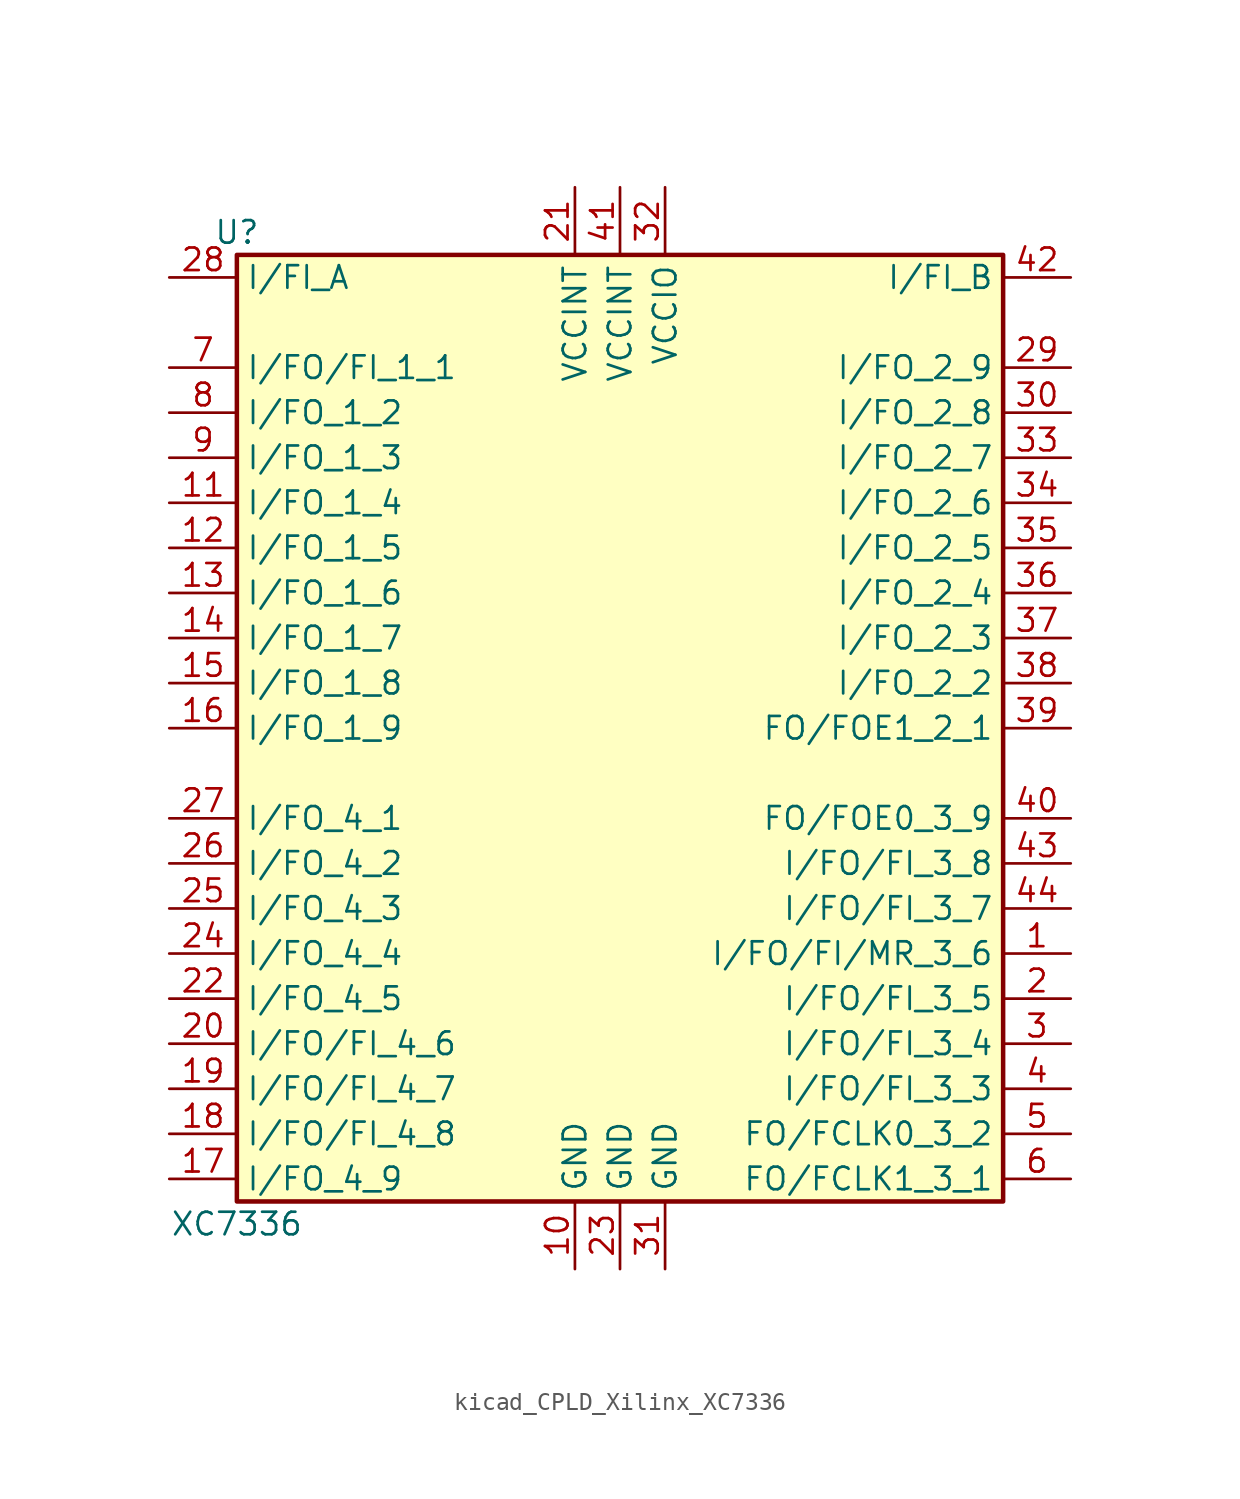
<source format=kicad_sym>
(kicad_symbol_lib
  (version 20220914)
  (generator kicad_symbol_editor)
  (symbol "kicad_CPLD_Xilinx_XC7336"
    (property "Reference" "U"
      (at -21.59 27.94 0)
      (effects (font (size 1.27 1.27))))
    (property "Value" "XC7336"
      (at -21.59 -27.94 0)
      (effects (font (size 1.27 1.27))))
    (symbol "kicad_CPLD_Xilinx_XC7336_1_1"
      (rectangle (start -21.59 26.67) (end 21.59 -26.67) (stroke (width 0.254) (type default)) (fill (type background)))
      (pin bidirectional line (at 25.4 -12.7 180) (length 3.81) (name "I/FO/FI/MR_3_6" (effects (font (size 1.27 1.27)))) (number "1" (effects (font (size 1.27 1.27)))))
      (pin power_in line (at -2.54 -30.48 90) (length 3.81) (name "GND" (effects (font (size 1.27 1.27)))) (number "10" (effects (font (size 1.27 1.27)))))
      (pin bidirectional line (at -25.4 12.7 0) (length 3.81) (name "I/FO_1_4" (effects (font (size 1.27 1.27)))) (number "11" (effects (font (size 1.27 1.27)))))
      (pin bidirectional line (at -25.4 10.16 0) (length 3.81) (name "I/FO_1_5" (effects (font (size 1.27 1.27)))) (number "12" (effects (font (size 1.27 1.27)))))
      (pin bidirectional line (at -25.4 7.62 0) (length 3.81) (name "I/FO_1_6" (effects (font (size 1.27 1.27)))) (number "13" (effects (font (size 1.27 1.27)))))
      (pin bidirectional line (at -25.4 5.08 0) (length 3.81) (name "I/FO_1_7" (effects (font (size 1.27 1.27)))) (number "14" (effects (font (size 1.27 1.27)))))
      (pin bidirectional line (at -25.4 2.54 0) (length 3.81) (name "I/FO_1_8" (effects (font (size 1.27 1.27)))) (number "15" (effects (font (size 1.27 1.27)))))
      (pin bidirectional line (at -25.4 0 0) (length 3.81) (name "I/FO_1_9" (effects (font (size 1.27 1.27)))) (number "16" (effects (font (size 1.27 1.27)))))
      (pin bidirectional line (at -25.4 -25.4 0) (length 3.81) (name "I/FO_4_9" (effects (font (size 1.27 1.27)))) (number "17" (effects (font (size 1.27 1.27)))))
      (pin bidirectional line (at -25.4 -22.86 0) (length 3.81) (name "I/FO/FI_4_8" (effects (font (size 1.27 1.27)))) (number "18" (effects (font (size 1.27 1.27)))))
      (pin bidirectional line (at -25.4 -20.32 0) (length 3.81) (name "I/FO/FI_4_7" (effects (font (size 1.27 1.27)))) (number "19" (effects (font (size 1.27 1.27)))))
      (pin bidirectional line (at 25.4 -15.24 180) (length 3.81) (name "I/FO/FI_3_5" (effects (font (size 1.27 1.27)))) (number "2" (effects (font (size 1.27 1.27)))))
      (pin bidirectional line (at -25.4 -17.78 0) (length 3.81) (name "I/FO/FI_4_6" (effects (font (size 1.27 1.27)))) (number "20" (effects (font (size 1.27 1.27)))))
      (pin power_in line (at -2.54 30.48 270) (length 3.81) (name "VCCINT" (effects (font (size 1.27 1.27)))) (number "21" (effects (font (size 1.27 1.27)))))
      (pin bidirectional line (at -25.4 -15.24 0) (length 3.81) (name "I/FO_4_5" (effects (font (size 1.27 1.27)))) (number "22" (effects (font (size 1.27 1.27)))))
      (pin power_in line (at 0 -30.48 90) (length 3.81) (name "GND" (effects (font (size 1.27 1.27)))) (number "23" (effects (font (size 1.27 1.27)))))
      (pin bidirectional line (at -25.4 -12.7 0) (length 3.81) (name "I/FO_4_4" (effects (font (size 1.27 1.27)))) (number "24" (effects (font (size 1.27 1.27)))))
      (pin bidirectional line (at -25.4 -10.16 0) (length 3.81) (name "I/FO_4_3" (effects (font (size 1.27 1.27)))) (number "25" (effects (font (size 1.27 1.27)))))
      (pin bidirectional line (at -25.4 -7.62 0) (length 3.81) (name "I/FO_4_2" (effects (font (size 1.27 1.27)))) (number "26" (effects (font (size 1.27 1.27)))))
      (pin bidirectional line (at -25.4 -5.08 0) (length 3.81) (name "I/FO_4_1" (effects (font (size 1.27 1.27)))) (number "27" (effects (font (size 1.27 1.27)))))
      (pin bidirectional line (at -25.4 25.4 0) (length 3.81) (name "I/FI_A" (effects (font (size 1.27 1.27)))) (number "28" (effects (font (size 1.27 1.27)))))
      (pin bidirectional line (at 25.4 20.32 180) (length 3.81) (name "I/FO_2_9" (effects (font (size 1.27 1.27)))) (number "29" (effects (font (size 1.27 1.27)))))
      (pin bidirectional line (at 25.4 -17.78 180) (length 3.81) (name "I/FO/FI_3_4" (effects (font (size 1.27 1.27)))) (number "3" (effects (font (size 1.27 1.27)))))
      (pin bidirectional line (at 25.4 17.78 180) (length 3.81) (name "I/FO_2_8" (effects (font (size 1.27 1.27)))) (number "30" (effects (font (size 1.27 1.27)))))
      (pin power_in line (at 2.54 -30.48 90) (length 3.81) (name "GND" (effects (font (size 1.27 1.27)))) (number "31" (effects (font (size 1.27 1.27)))))
      (pin power_in line (at 2.54 30.48 270) (length 3.81) (name "VCCIO" (effects (font (size 1.27 1.27)))) (number "32" (effects (font (size 1.27 1.27)))))
      (pin bidirectional line (at 25.4 15.24 180) (length 3.81) (name "I/FO_2_7" (effects (font (size 1.27 1.27)))) (number "33" (effects (font (size 1.27 1.27)))))
      (pin bidirectional line (at 25.4 12.7 180) (length 3.81) (name "I/FO_2_6" (effects (font (size 1.27 1.27)))) (number "34" (effects (font (size 1.27 1.27)))))
      (pin bidirectional line (at 25.4 10.16 180) (length 3.81) (name "I/FO_2_5" (effects (font (size 1.27 1.27)))) (number "35" (effects (font (size 1.27 1.27)))))
      (pin bidirectional line (at 25.4 7.62 180) (length 3.81) (name "I/FO_2_4" (effects (font (size 1.27 1.27)))) (number "36" (effects (font (size 1.27 1.27)))))
      (pin bidirectional line (at 25.4 5.08 180) (length 3.81) (name "I/FO_2_3" (effects (font (size 1.27 1.27)))) (number "37" (effects (font (size 1.27 1.27)))))
      (pin bidirectional line (at 25.4 2.54 180) (length 3.81) (name "I/FO_2_2" (effects (font (size 1.27 1.27)))) (number "38" (effects (font (size 1.27 1.27)))))
      (pin bidirectional line (at 25.4 0 180) (length 3.81) (name "FO/FOE1_2_1" (effects (font (size 1.27 1.27)))) (number "39" (effects (font (size 1.27 1.27)))))
      (pin bidirectional line (at 25.4 -20.32 180) (length 3.81) (name "I/FO/FI_3_3" (effects (font (size 1.27 1.27)))) (number "4" (effects (font (size 1.27 1.27)))))
      (pin bidirectional line (at 25.4 -5.08 180) (length 3.81) (name "FO/FOE0_3_9" (effects (font (size 1.27 1.27)))) (number "40" (effects (font (size 1.27 1.27)))))
      (pin power_in line (at 0 30.48 270) (length 3.81) (name "VCCINT" (effects (font (size 1.27 1.27)))) (number "41" (effects (font (size 1.27 1.27)))))
      (pin bidirectional line (at 25.4 25.4 180) (length 3.81) (name "I/FI_B" (effects (font (size 1.27 1.27)))) (number "42" (effects (font (size 1.27 1.27)))))
      (pin bidirectional line (at 25.4 -7.62 180) (length 3.81) (name "I/FO/FI_3_8" (effects (font (size 1.27 1.27)))) (number "43" (effects (font (size 1.27 1.27)))))
      (pin bidirectional line (at 25.4 -10.16 180) (length 3.81) (name "I/FO/FI_3_7" (effects (font (size 1.27 1.27)))) (number "44" (effects (font (size 1.27 1.27)))))
      (pin bidirectional line (at 25.4 -22.86 180) (length 3.81) (name "FO/FCLK0_3_2" (effects (font (size 1.27 1.27)))) (number "5" (effects (font (size 1.27 1.27)))))
      (pin bidirectional line (at 25.4 -25.4 180) (length 3.81) (name "FO/FCLK1_3_1" (effects (font (size 1.27 1.27)))) (number "6" (effects (font (size 1.27 1.27)))))
      (pin bidirectional line (at -25.4 20.32 0) (length 3.81) (name "I/FO/FI_1_1" (effects (font (size 1.27 1.27)))) (number "7" (effects (font (size 1.27 1.27)))))
      (pin bidirectional line (at -25.4 17.78 0) (length 3.81) (name "I/FO_1_2" (effects (font (size 1.27 1.27)))) (number "8" (effects (font (size 1.27 1.27)))))
      (pin bidirectional line (at -25.4 15.24 0) (length 3.81) (name "I/FO_1_3" (effects (font (size 1.27 1.27)))) (number "9" (effects (font (size 1.27 1.27))))))))
</source>
